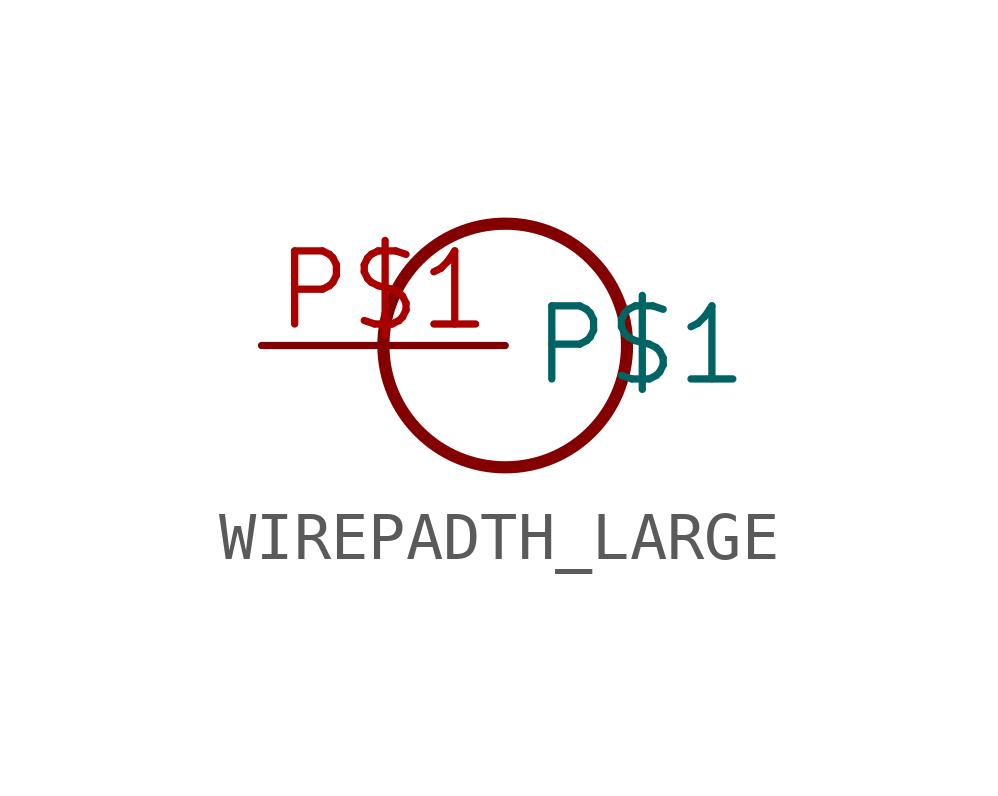
<source format=kicad_sym>
(kicad_symbol_lib
  (version 20241209)
  (generator "kicad_symbol_editor")
  (generator_version "9.0")
  (symbol "WIREPADTH_LARGE"
    (property "Reference" ""
      (at 0 0 0)
      (effects (font (size 1.27 1.27)) (hide yes)))
    (property "ki_locked" ""
      (at 0 0 0)
      (effects (font (size 1.27 1.27))))
    (symbol "WIREPADTH_LARGE_1_0"
      (circle (center 5.08 0) (radius 2.54) (stroke (width 0.254) (type solid)) (fill (type none)))
      (pin bidirectional line (at 0 0 0) (length 5.08) (name "P$1" (effects (font (size 1.524 1.524)))) (number "P$1" (effects (font (size 1.524 1.524))))))))
</source>
